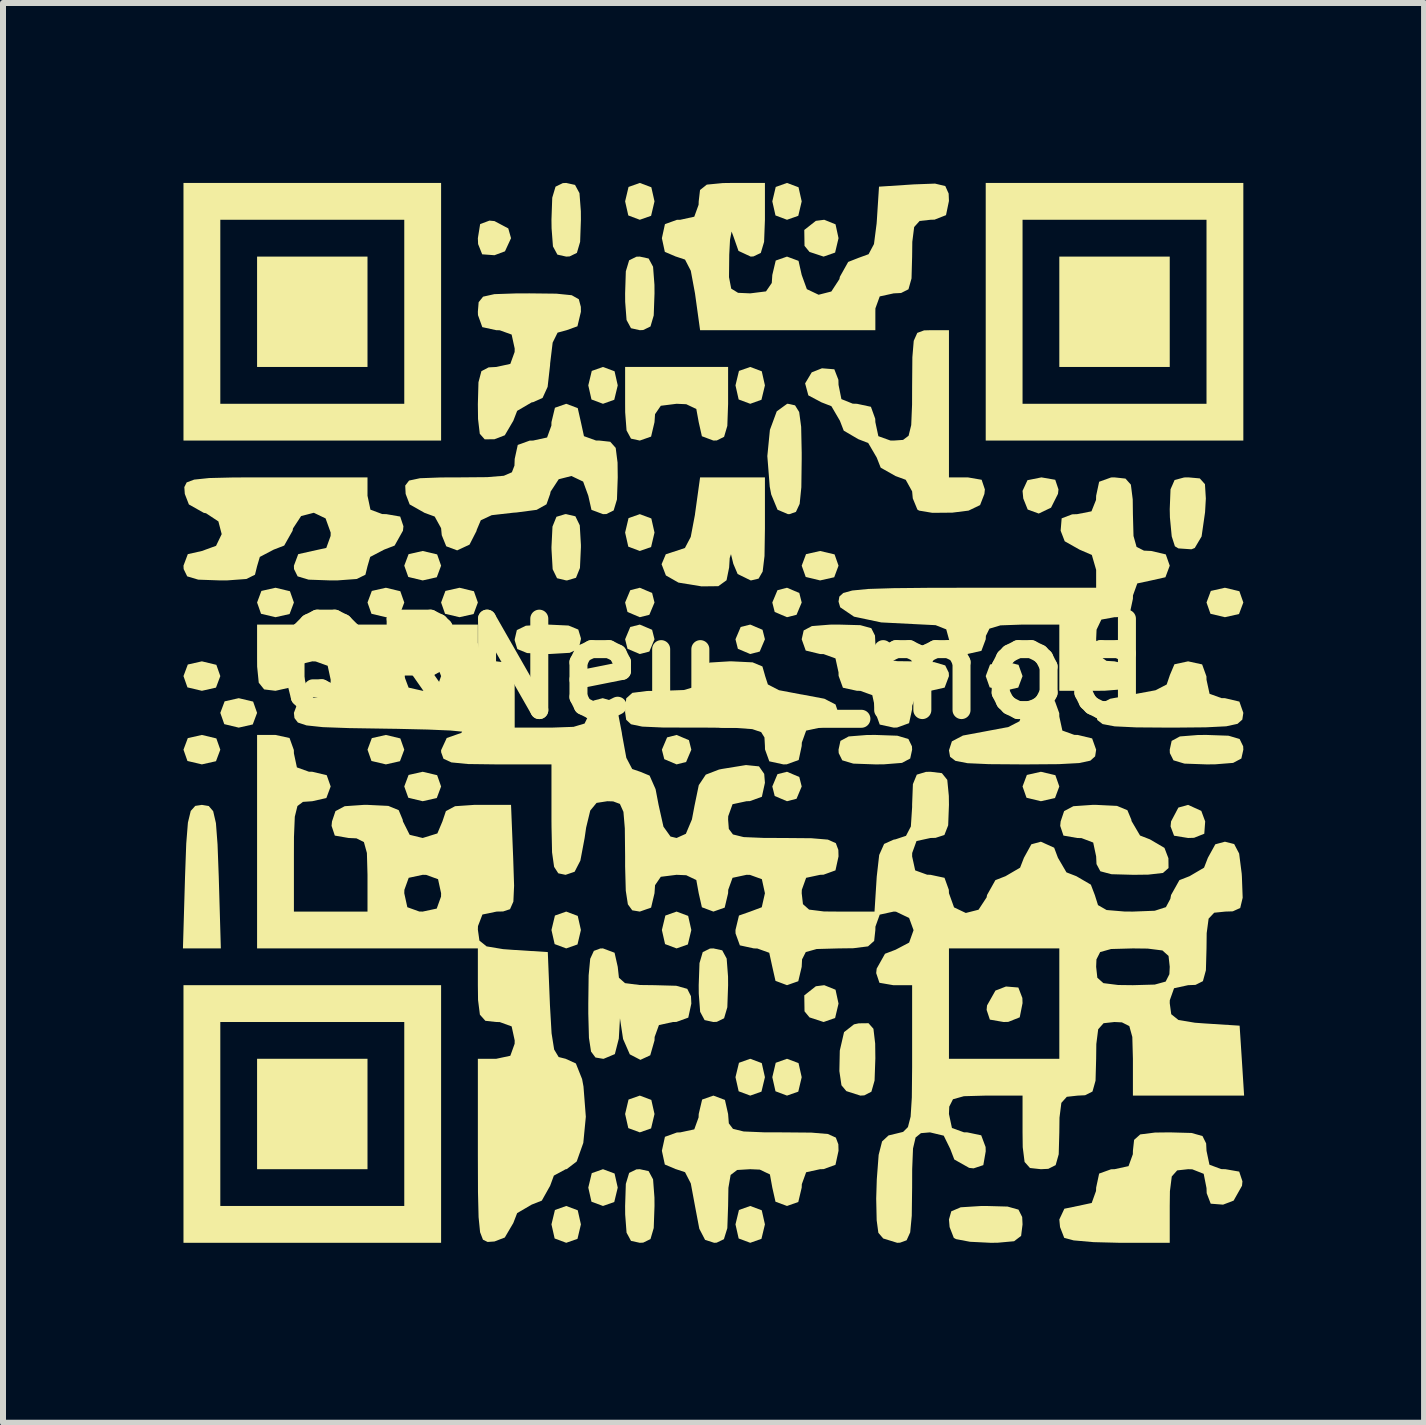
<source format=kicad_pcb>
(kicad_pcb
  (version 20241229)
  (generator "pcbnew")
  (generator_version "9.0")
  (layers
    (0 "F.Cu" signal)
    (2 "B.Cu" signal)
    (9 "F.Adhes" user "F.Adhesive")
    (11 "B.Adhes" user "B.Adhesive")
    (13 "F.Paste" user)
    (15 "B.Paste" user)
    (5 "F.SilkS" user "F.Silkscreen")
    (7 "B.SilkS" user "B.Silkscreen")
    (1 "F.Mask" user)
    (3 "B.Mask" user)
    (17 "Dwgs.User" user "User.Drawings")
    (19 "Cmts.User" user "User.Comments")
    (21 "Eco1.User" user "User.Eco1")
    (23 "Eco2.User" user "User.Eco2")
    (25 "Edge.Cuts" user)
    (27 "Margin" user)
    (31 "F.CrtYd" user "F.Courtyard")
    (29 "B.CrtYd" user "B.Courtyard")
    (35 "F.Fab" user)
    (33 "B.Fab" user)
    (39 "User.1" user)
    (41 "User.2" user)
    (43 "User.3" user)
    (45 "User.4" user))
  (footprint "QRNeu__mod"
    (layer "F.Cu")
    (at 8.844 8.099)
    (property "Reference" "QRNeu__mod" (at 0 0 0) (layer "F.SilkS") (effects (font (size 1.524 1.524) (thickness 0.3))))
    (attr board_only exclude_from_pos_files exclude_from_bom)
    (fp_poly (pts (xy -5.767 -5.031) (xy -7.608 -5.031) (xy -7.608 -6.871) (xy -5.767 -6.871)) (stroke (width 0) (type solid)) (fill yes) (layer "F.SilkS"))
    (fp_poly (pts (xy -5.767 8.344) (xy -7.608 8.344) (xy -7.608 6.503) (xy -5.767 6.503)) (stroke (width 0) (type solid)) (fill yes) (layer "F.SilkS"))
    (fp_poly (pts (xy 7.608 -5.031) (xy 5.767 -5.031) (xy 5.767 -6.871) (xy 7.608 -6.871)) (stroke (width 0) (type solid)) (fill yes) (layer "F.SilkS"))
    (fp_poly (pts (xy -8.287 -0.065) (xy -8.221 0.123) (xy -8.293 0.315) (xy -8.528 0.368) (xy -8.769 0.311) (xy -8.835 0.123) (xy -8.763 -0.07) (xy -8.528 -0.123)) (stroke (width 0) (type solid)) (fill yes) (layer "F.SilkS"))
    (fp_poly (pts (xy -8.287 1.162) (xy -8.221 1.35) (xy -8.293 1.542) (xy -8.528 1.595) (xy -8.769 1.538) (xy -8.835 1.35) (xy -8.763 1.157) (xy -8.528 1.104)) (stroke (width 0) (type solid)) (fill yes) (layer "F.SilkS"))
    (fp_poly (pts (xy -7.674 0.548) (xy -7.608 0.736) (xy -7.68 0.929) (xy -7.914 0.982) (xy -8.155 0.924) (xy -8.221 0.736) (xy -8.149 0.544) (xy -7.914 0.491)) (stroke (width 0) (type solid)) (fill yes) (layer "F.SilkS"))
    (fp_poly (pts (xy -7.06 -1.292) (xy -6.994 -1.104) (xy -7.066 -0.912) (xy -7.301 -0.859) (xy -7.542 -0.916) (xy -7.608 -1.104) (xy -7.536 -1.297) (xy -7.301 -1.35)) (stroke (width 0) (type solid)) (fill yes) (layer "F.SilkS"))
    (fp_poly (pts (xy -5.22 -1.292) (xy -5.154 -1.104) (xy -5.226 -0.912) (xy -5.46 -0.859) (xy -5.701 -0.916) (xy -5.767 -1.104) (xy -5.695 -1.297) (xy -5.46 -1.35)) (stroke (width 0) (type solid)) (fill yes) (layer "F.SilkS"))
    (fp_poly (pts (xy -5.22 1.162) (xy -5.154 1.35) (xy -5.226 1.542) (xy -5.46 1.595) (xy -5.701 1.538) (xy -5.767 1.35) (xy -5.695 1.157) (xy -5.46 1.104)) (stroke (width 0) (type solid)) (fill yes) (layer "F.SilkS"))
    (fp_poly (pts (xy -4.606 -1.906) (xy -4.54 -1.718) (xy -4.612 -1.525) (xy -4.847 -1.472) (xy -5.087 -1.53) (xy -5.154 -1.718) (xy -5.082 -1.91) (xy -4.847 -1.963)) (stroke (width 0) (type solid)) (fill yes) (layer "F.SilkS"))
    (fp_poly (pts (xy -4.606 1.775) (xy -4.54 1.963) (xy -4.612 2.156) (xy -4.847 2.209) (xy -5.087 2.151) (xy -5.154 1.963) (xy -5.082 1.771) (xy -4.847 1.718)) (stroke (width 0) (type solid)) (fill yes) (layer "F.SilkS"))
    (fp_poly (pts (xy -3.993 -1.292) (xy -3.927 -1.104) (xy -3.998 -0.912) (xy -4.233 -0.859) (xy -4.474 -0.916) (xy -4.54 -1.104) (xy -4.468 -1.297) (xy -4.233 -1.35)) (stroke (width 0) (type solid)) (fill yes) (layer "F.SilkS"))
    (fp_poly (pts (xy -2.262 4.121) (xy -2.209 4.356) (xy -2.266 4.597) (xy -2.454 4.663) (xy -2.647 4.591) (xy -2.7 4.356) (xy -2.642 4.115) (xy -2.454 4.049)) (stroke (width 0) (type solid)) (fill yes) (layer "F.SilkS"))
    (fp_poly (pts (xy -2.262 9.029) (xy -2.209 9.264) (xy -2.266 9.505) (xy -2.454 9.571) (xy -2.647 9.499) (xy -2.7 9.264) (xy -2.642 9.024) (xy -2.454 8.957)) (stroke (width 0) (type solid)) (fill yes) (layer "F.SilkS"))
    (fp_poly (pts (xy -1.648 -4.959) (xy -1.595 -4.724) (xy -1.653 -4.484) (xy -1.841 -4.417) (xy -2.033 -4.489) (xy -2.086 -4.724) (xy -2.028 -4.965) (xy -1.841 -5.031)) (stroke (width 0) (type solid)) (fill yes) (layer "F.SilkS"))
    (fp_poly (pts (xy -1.648 8.416) (xy -1.595 8.651) (xy -1.653 8.891) (xy -1.841 8.957) (xy -2.033 8.886) (xy -2.086 8.651) (xy -2.028 8.41) (xy -1.841 8.344)) (stroke (width 0) (type solid)) (fill yes) (layer "F.SilkS"))
    (fp_poly (pts (xy -1.035 -8.027) (xy -0.982 -7.792) (xy -1.039 -7.551) (xy -1.227 -7.485) (xy -1.419 -7.557) (xy -1.472 -7.792) (xy -1.415 -8.032) (xy -1.227 -8.099)) (stroke (width 0) (type solid)) (fill yes) (layer "F.SilkS"))
    (fp_poly (pts (xy -1.035 -2.505) (xy -0.982 -2.27) (xy -1.039 -2.029) (xy -1.227 -1.963) (xy -1.419 -2.035) (xy -1.472 -2.27) (xy -1.415 -2.511) (xy -1.227 -2.577)) (stroke (width 0) (type solid)) (fill yes) (layer "F.SilkS"))
    (fp_poly (pts (xy -1.035 7.189) (xy -0.982 7.424) (xy -1.039 7.664) (xy -1.227 7.73) (xy -1.419 7.659) (xy -1.472 7.424) (xy -1.415 7.183) (xy -1.227 7.117)) (stroke (width 0) (type solid)) (fill yes) (layer "F.SilkS"))
    (fp_poly (pts (xy -1.022 -1.263) (xy -0.982 -1.104) (xy -1.068 -0.899) (xy -1.227 -0.859) (xy -1.432 -0.946) (xy -1.472 -1.104) (xy -1.386 -1.309) (xy -1.227 -1.35)) (stroke (width 0) (type solid)) (fill yes) (layer "F.SilkS"))
    (fp_poly (pts (xy -1.022 -0.649) (xy -0.982 -0.491) (xy -1.068 -0.286) (xy -1.227 -0.245) (xy -1.432 -0.332) (xy -1.472 -0.491) (xy -1.386 -0.696) (xy -1.227 -0.736)) (stroke (width 0) (type solid)) (fill yes) (layer "F.SilkS"))
    (fp_poly (pts (xy -0.421 4.121) (xy -0.368 4.356) (xy -0.426 4.597) (xy -0.614 4.663) (xy -0.806 4.591) (xy -0.859 4.356) (xy -0.801 4.115) (xy -0.614 4.049)) (stroke (width 0) (type solid)) (fill yes) (layer "F.SilkS"))
    (fp_poly (pts (xy -0.408 1.191) (xy -0.368 1.35) (xy -0.455 1.555) (xy -0.614 1.595) (xy -0.819 1.508) (xy -0.859 1.35) (xy -0.772 1.145) (xy -0.614 1.104)) (stroke (width 0) (type solid)) (fill yes) (layer "F.SilkS"))
    (fp_poly (pts (xy 0.806 -4.959) (xy 0.859 -4.724) (xy 0.801 -4.484) (xy 0.614 -4.417) (xy 0.421 -4.489) (xy 0.368 -4.724) (xy 0.426 -4.965) (xy 0.614 -5.031)) (stroke (width 0) (type solid)) (fill yes) (layer "F.SilkS"))
    (fp_poly (pts (xy 0.806 6.575) (xy 0.859 6.81) (xy 0.801 7.051) (xy 0.614 7.117) (xy 0.421 7.045) (xy 0.368 6.81) (xy 0.426 6.57) (xy 0.614 6.503)) (stroke (width 0) (type solid)) (fill yes) (layer "F.SilkS"))
    (fp_poly (pts (xy 0.806 9.029) (xy 0.859 9.264) (xy 0.801 9.505) (xy 0.614 9.571) (xy 0.421 9.499) (xy 0.368 9.264) (xy 0.426 9.024) (xy 0.614 8.957)) (stroke (width 0) (type solid)) (fill yes) (layer "F.SilkS"))
    (fp_poly (pts (xy 0.819 -0.649) (xy 0.859 -0.491) (xy 0.772 -0.286) (xy 0.614 -0.245) (xy 0.408 -0.332) (xy 0.368 -0.491) (xy 0.455 -0.696) (xy 0.614 -0.736)) (stroke (width 0) (type solid)) (fill yes) (layer "F.SilkS"))
    (fp_poly (pts (xy 1.419 -8.027) (xy 1.472 -7.792) (xy 1.415 -7.551) (xy 1.227 -7.485) (xy 1.035 -7.557) (xy 0.982 -7.792) (xy 1.039 -8.032) (xy 1.227 -8.099)) (stroke (width 0) (type solid)) (fill yes) (layer "F.SilkS"))
    (fp_poly (pts (xy 1.419 6.575) (xy 1.472 6.81) (xy 1.415 7.051) (xy 1.227 7.117) (xy 1.035 7.045) (xy 0.982 6.81) (xy 1.039 6.57) (xy 1.227 6.503)) (stroke (width 0) (type solid)) (fill yes) (layer "F.SilkS"))
    (fp_poly (pts (xy 1.432 -1.263) (xy 1.472 -1.104) (xy 1.386 -0.899) (xy 1.227 -0.859) (xy 1.022 -0.946) (xy 0.982 -1.104) (xy 1.068 -1.309) (xy 1.227 -1.35)) (stroke (width 0) (type solid)) (fill yes) (layer "F.SilkS"))
    (fp_poly (pts (xy 1.432 1.805) (xy 1.472 1.963) (xy 1.386 2.168) (xy 1.227 2.209) (xy 1.022 2.122) (xy 0.982 1.963) (xy 1.068 1.758) (xy 1.227 1.718)) (stroke (width 0) (type solid)) (fill yes) (layer "F.SilkS"))
    (fp_poly (pts (xy 2.02 -1.906) (xy 2.086 -1.718) (xy 2.014 -1.525) (xy 1.779 -1.472) (xy 1.539 -1.53) (xy 1.472 -1.718) (xy 1.544 -1.91) (xy 1.779 -1.963)) (stroke (width 0) (type solid)) (fill yes) (layer "F.SilkS"))
    (fp_poly (pts (xy 5.087 -0.065) (xy 5.154 0.123) (xy 5.082 0.315) (xy 4.847 0.368) (xy 4.606 0.311) (xy 4.54 0.123) (xy 4.612 -0.07) (xy 4.847 -0.123)) (stroke (width 0) (type solid)) (fill yes) (layer "F.SilkS"))
    (fp_poly (pts (xy 5.701 1.775) (xy 5.767 1.963) (xy 5.695 2.156) (xy 5.46 2.209) (xy 5.22 2.151) (xy 5.154 1.963) (xy 5.226 1.771) (xy 5.46 1.718)) (stroke (width 0) (type solid)) (fill yes) (layer "F.SilkS"))
    (fp_poly (pts (xy 8.769 -1.292) (xy 8.835 -1.104) (xy 8.763 -0.912) (xy 8.528 -0.859) (xy 8.287 -0.916) (xy 8.221 -1.104) (xy 8.293 -1.297) (xy 8.528 -1.35)) (stroke (width 0) (type solid)) (fill yes) (layer "F.SilkS"))
    (fp_poly (pts (xy 2.036 -7.409) (xy 2.086 -7.178) (xy 2.029 -6.938) (xy 1.837 -6.871) (xy 1.602 -6.949) (xy 1.519 -7.05) (xy 1.515 -7.315) (xy 1.708 -7.467) (xy 1.848 -7.485)) (stroke (width 0) (type solid)) (fill yes) (layer "F.SilkS"))
    (fp_poly (pts (xy 2.036 5.352) (xy 2.086 5.583) (xy 2.029 5.823) (xy 1.837 5.89) (xy 1.602 5.813) (xy 1.519 5.712) (xy 1.515 5.446) (xy 1.708 5.294) (xy 1.848 5.276)) (stroke (width 0) (type solid)) (fill yes) (layer "F.SilkS"))
    (fp_poly (pts (xy -3.65 -7.463) (xy -3.42 -7.341) (xy -3.374 -7.178) (xy -3.475 -6.959) (xy -3.65 -6.894) (xy -3.855 -6.909) (xy -3.923 -7.08) (xy -3.927 -7.178) (xy -3.889 -7.413) (xy -3.734 -7.471)) (stroke (width 0) (type solid)) (fill yes) (layer "F.SilkS"))
    (fp_poly (pts (xy 5.699 -3.15) (xy 5.753 -2.989) (xy 5.745 -2.916) (xy 5.629 -2.685) (xy 5.424 -2.587) (xy 5.24 -2.654) (xy 5.166 -2.839) (xy 5.154 -2.965) (xy 5.236 -3.143) (xy 5.469 -3.19)) (stroke (width 0) (type solid)) (fill yes) (layer "F.SilkS"))
    (fp_poly (pts (xy 8.134 2.37) (xy 8.199 2.546) (xy 8.184 2.751) (xy 8.013 2.819) (xy 7.914 2.822) (xy 7.68 2.784) (xy 7.622 2.63) (xy 7.63 2.546) (xy 7.752 2.315) (xy 7.914 2.27)) (stroke (width 0) (type solid)) (fill yes) (layer "F.SilkS"))
    (fp_poly (pts (xy -4.54 -3.804) (xy -8.835 -3.804) (xy -8.835 -4.417) (xy -8.221 -4.417) (xy -5.154 -4.417) (xy -5.154 -7.485) (xy -8.221 -7.485) (xy -8.221 -4.417) (xy -8.835 -4.417) (xy -8.835 -8.099) (xy -4.54 -8.099)) (stroke (width 0) (type solid)) (fill yes) (layer "F.SilkS"))
    (fp_poly (pts (xy -4.54 9.571) (xy -8.835 9.571) (xy -8.835 8.957) (xy -8.221 8.957) (xy -5.154 8.957) (xy -5.154 5.89) (xy -8.221 5.89) (xy -8.221 8.957) (xy -8.835 8.957) (xy -8.835 5.276) (xy -4.54 5.276)) (stroke (width 0) (type solid)) (fill yes) (layer "F.SilkS"))
    (fp_poly (pts (xy 5.084 5.315) (xy 5.151 5.49) (xy 5.154 5.575) (xy 5.107 5.812) (xy 4.916 5.888) (xy 4.838 5.89) (xy 4.609 5.85) (xy 4.555 5.688) (xy 4.562 5.614) (xy 4.702 5.366) (xy 4.878 5.298)) (stroke (width 0) (type solid)) (fill yes) (layer "F.SilkS"))
    (fp_poly (pts (xy 8.835 -3.804) (xy 4.54 -3.804) (xy 4.54 -4.417) (xy 5.154 -4.417) (xy 8.221 -4.417) (xy 8.221 -7.485) (xy 5.154 -7.485) (xy 5.154 -4.417) (xy 4.54 -4.417) (xy 4.54 -8.099) (xy 8.835 -8.099)) (stroke (width 0) (type solid)) (fill yes) (layer "F.SilkS"))
    (fp_poly (pts (xy -8.414 2.289) (xy -8.34 2.375) (xy -8.294 2.574) (xy -8.267 2.93) (xy -8.247 3.466) (xy -8.212 4.663) (xy -8.844 4.663) (xy -8.809 3.466) (xy -8.789 2.916) (xy -8.761 2.565) (xy -8.714 2.371) (xy -8.639 2.287) (xy -8.528 2.27)) (stroke (width 0) (type solid)) (fill yes) (layer "F.SilkS"))
    (fp_poly (pts (xy -2.416 -0.72) (xy -2.253 -0.653) (xy -2.209 -0.508) (xy -2.209 -0.491) (xy -2.245 -0.337) (xy -2.395 -0.265) (xy -2.721 -0.246) (xy -2.761 -0.245) (xy -3.106 -0.261) (xy -3.269 -0.328) (xy -3.313 -0.473) (xy -3.313 -0.491) (xy -3.277 -0.644) (xy -3.127 -0.717) (xy -2.801 -0.736) (xy -2.761 -0.736)) (stroke (width 0) (type solid)) (fill yes) (layer "F.SilkS"))
    (fp_poly (pts (xy -2.307 -8.066) (xy -2.233 -7.929) (xy -2.21 -7.627) (xy -2.209 -7.485) (xy -2.222 -7.117) (xy -2.276 -6.933) (xy -2.397 -6.874) (xy -2.454 -6.871) (xy -2.601 -6.904) (xy -2.675 -7.041) (xy -2.698 -7.343) (xy -2.7 -7.485) (xy -2.687 -7.853) (xy -2.632 -8.037) (xy -2.511 -8.096) (xy -2.454 -8.099)) (stroke (width 0) (type solid)) (fill yes) (layer "F.SilkS"))
    (fp_poly (pts (xy -2.301 -2.541) (xy -2.228 -2.391) (xy -2.209 -2.064) (xy -2.209 -2.025) (xy -2.225 -1.68) (xy -2.291 -1.516) (xy -2.436 -1.473) (xy -2.454 -1.472) (xy -2.607 -1.509) (xy -2.68 -1.659) (xy -2.699 -1.985) (xy -2.7 -2.025) (xy -2.683 -2.37) (xy -2.617 -2.533) (xy -2.472 -2.577) (xy -2.454 -2.577)) (stroke (width 0) (type solid)) (fill yes) (layer "F.SilkS"))
    (fp_poly (pts (xy -1.08 -6.839) (xy -1.006 -6.702) (xy -0.983 -6.4) (xy -0.982 -6.258) (xy -0.995 -5.89) (xy -1.049 -5.706) (xy -1.17 -5.647) (xy -1.227 -5.644) (xy -1.374 -5.677) (xy -1.448 -5.814) (xy -1.471 -6.116) (xy -1.472 -6.258) (xy -1.46 -6.626) (xy -1.405 -6.809) (xy -1.284 -6.869) (xy -1.227 -6.871)) (stroke (width 0) (type solid)) (fill yes) (layer "F.SilkS"))
    (fp_poly (pts (xy -1.08 8.376) (xy -1.006 8.513) (xy -0.983 8.816) (xy -0.982 8.957) (xy -0.995 9.325) (xy -1.049 9.509) (xy -1.17 9.568) (xy -1.227 9.571) (xy -1.374 9.539) (xy -1.448 9.402) (xy -1.471 9.099) (xy -1.472 8.957) (xy -1.46 8.589) (xy -1.405 8.406) (xy -1.284 8.347) (xy -1.227 8.344)) (stroke (width 0) (type solid)) (fill yes) (layer "F.SilkS"))
    (fp_poly (pts (xy 0.147 4.695) (xy 0.221 4.832) (xy 0.244 5.134) (xy 0.245 5.276) (xy 0.232 5.644) (xy 0.178 5.828) (xy 0.057 5.887) (xy 0 5.89) (xy -0.147 5.858) (xy -0.221 5.72) (xy -0.244 5.418) (xy -0.245 5.276) (xy -0.232 4.908) (xy -0.178 4.725) (xy -0.057 4.665) (xy 0 4.663)) (stroke (width 0) (type solid)) (fill yes) (layer "F.SilkS"))
    (fp_poly (pts (xy 2.668 6.003) (xy 2.697 6.249) (xy 2.7 6.495) (xy 2.687 6.866) (xy 2.634 7.052) (xy 2.516 7.113) (xy 2.45 7.117) (xy 2.216 7.042) (xy 2.135 6.945) (xy 2.1 6.708) (xy 2.107 6.373) (xy 2.108 6.362) (xy 2.178 6.059) (xy 2.344 5.929) (xy 2.423 5.912) (xy 2.586 5.91)) (stroke (width 0) (type solid)) (fill yes) (layer "F.SilkS"))
    (fp_poly (pts (xy 3.068 1.117) (xy 3.251 1.172) (xy 3.31 1.293) (xy 3.313 1.35) (xy 3.281 1.497) (xy 3.144 1.57) (xy 2.841 1.594) (xy 2.7 1.595) (xy 2.332 1.582) (xy 2.148 1.527) (xy 2.089 1.407) (xy 2.086 1.35) (xy 2.118 1.203) (xy 2.255 1.129) (xy 2.558 1.105) (xy 2.7 1.104)) (stroke (width 0) (type solid)) (fill yes) (layer "F.SilkS"))
    (fp_poly (pts (xy 8.109 -3.173) (xy 8.195 -3.077) (xy 8.21 -2.838) (xy 8.197 -2.609) (xy 8.139 -2.205) (xy 8.025 -2.013) (xy 7.97 -1.991) (xy 7.752 -2.006) (xy 7.694 -2.041) (xy 7.641 -2.207) (xy 7.611 -2.522) (xy 7.608 -2.659) (xy 7.621 -2.991) (xy 7.689 -3.146) (xy 7.849 -3.189) (xy 7.921 -3.19)) (stroke (width 0) (type solid)) (fill yes) (layer "F.SilkS"))
    (fp_poly (pts (xy 8.589 1.117) (xy 8.773 1.172) (xy 8.832 1.293) (xy 8.835 1.35) (xy 8.802 1.497) (xy 8.665 1.57) (xy 8.363 1.594) (xy 8.221 1.595) (xy 7.853 1.582) (xy 7.67 1.527) (xy 7.61 1.407) (xy 7.608 1.35) (xy 7.64 1.203) (xy 7.777 1.129) (xy 8.079 1.105) (xy 8.221 1.104)) (stroke (width 0) (type solid)) (fill yes) (layer "F.SilkS"))
    (fp_poly (pts (xy 4.904 8.967) (xy 5.086 9.018) (xy 5.148 9.141) (xy 5.154 9.264) (xy 5.13 9.456) (xy 5.013 9.545) (xy 4.737 9.57) (xy 4.622 9.571) (xy 4.278 9.554) (xy 4.046 9.51) (xy 4.008 9.489) (xy 3.938 9.309) (xy 3.927 9.182) (xy 3.966 9.046) (xy 4.123 8.979) (xy 4.456 8.958) (xy 4.54 8.957)) (stroke (width 0) (type solid)) (fill yes) (layer "F.SilkS"))
    (fp_poly (pts (xy 1.361 -4.391) (xy 1.43 -4.28) (xy 1.463 -4.033) (xy 1.472 -3.6) (xy 1.472 -3.497) (xy 1.466 -3.025) (xy 1.438 -2.748) (xy 1.376 -2.615) (xy 1.268 -2.577) (xy 1.243 -2.577) (xy 1.069 -2.651) (xy 0.964 -2.905) (xy 0.939 -3.035) (xy 0.899 -3.545) (xy 0.942 -3.982) (xy 1.056 -4.291) (xy 1.229 -4.417) (xy 1.243 -4.417)) (stroke (width 0) (type solid)) (fill yes) (layer "F.SilkS"))
    (fp_poly (pts (xy 0.245 -4.417) (xy 0.232 -4.049) (xy 0.178 -3.866) (xy 0.057 -3.806) (xy 0 -3.804) (xy -0.192 -3.876) (xy -0.245 -4.111) (xy -0.285 -4.33) (xy -0.453 -4.41) (xy -0.614 -4.417) (xy -0.877 -4.384) (xy -0.973 -4.244) (xy -0.982 -4.111) (xy -1.039 -3.87) (xy -1.227 -3.804) (xy -1.374 -3.836) (xy -1.448 -3.973) (xy -1.471 -4.275) (xy -1.472 -4.417) (xy -1.472 -5.031) (xy 0.245 -5.031)) (stroke (width 0) (type solid)) (fill yes) (layer "F.SilkS"))
    (fp_poly (pts (xy 0.859 -2.331) (xy 0.852 -1.879) (xy 0.821 -1.62) (xy 0.753 -1.502) (xy 0.632 -1.473) (xy 0.622 -1.472) (xy 0.404 -1.579) (xy 0.332 -1.749) (xy 0.293 -1.91) (xy 0.272 -1.846) (xy 0.262 -1.687) (xy 0.219 -1.475) (xy 0.082 -1.376) (xy -0.197 -1.373) (xy -0.583 -1.436) (xy -0.792 -1.555) (xy -0.864 -1.742) (xy -0.794 -1.908) (xy -0.625 -1.963) (xy -0.475 -2.013) (xy -0.378 -2.197) (xy -0.307 -2.571) (xy -0.307 -2.577) (xy -0.222 -3.19) (xy 0.859 -3.19)) (stroke (width 0) (type solid)) (fill yes) (layer "F.SilkS"))
    (fp_poly (pts (xy 6.729 2.287) (xy 6.902 2.359) (xy 6.968 2.517) (xy 6.971 2.539) (xy 7.113 2.781) (xy 7.278 2.845) (xy 7.52 2.987) (xy 7.586 3.16) (xy 7.588 3.323) (xy 7.495 3.405) (xy 7.249 3.433) (xy 7.003 3.436) (xy 6.635 3.426) (xy 6.451 3.377) (xy 6.387 3.257) (xy 6.381 3.129) (xy 6.332 2.898) (xy 6.137 2.824) (xy 6.065 2.822) (xy 5.836 2.782) (xy 5.782 2.62) (xy 5.789 2.546) (xy 5.847 2.374) (xy 6.001 2.292) (xy 6.32 2.27) (xy 6.381 2.27)) (stroke (width 0) (type solid)) (fill yes) (layer "F.SilkS"))
    (fp_poly (pts (xy 5.694 0.542) (xy 5.766 0.741) (xy 5.767 0.798) (xy 5.818 1.031) (xy 6.017 1.103) (xy 6.074 1.104) (xy 6.314 1.162) (xy 6.381 1.35) (xy 6.364 1.461) (xy 6.284 1.533) (xy 6.096 1.573) (xy 5.756 1.591) (xy 5.219 1.595) (xy 5.154 1.595) (xy 4.594 1.591) (xy 4.236 1.575) (xy 4.035 1.536) (xy 3.946 1.468) (xy 3.927 1.362) (xy 3.927 1.361) (xy 3.976 1.211) (xy 4.16 1.114) (xy 4.535 1.044) (xy 4.54 1.043) (xy 4.917 0.972) (xy 5.103 0.876) (xy 5.154 0.727) (xy 5.154 0.725) (xy 5.232 0.54) (xy 5.46 0.491)) (stroke (width 0) (type solid)) (fill yes) (layer "F.SilkS"))
    (fp_poly (pts (xy 8.148 -0.072) (xy 8.22 0.128) (xy 8.221 0.184) (xy 8.272 0.418) (xy 8.471 0.49) (xy 8.528 0.491) (xy 8.769 0.548) (xy 8.835 0.736) (xy 8.818 0.848) (xy 8.738 0.919) (xy 8.55 0.96) (xy 8.21 0.977) (xy 7.673 0.982) (xy 7.608 0.982) (xy 7.048 0.978) (xy 6.69 0.961) (xy 6.489 0.923) (xy 6.4 0.855) (xy 6.381 0.748) (xy 6.381 0.748) (xy 6.43 0.597) (xy 6.614 0.501) (xy 6.989 0.43) (xy 6.994 0.429) (xy 7.371 0.359) (xy 7.557 0.263) (xy 7.608 0.113) (xy 7.608 0.111) (xy 7.686 -0.074) (xy 7.914 -0.123)) (stroke (width 0) (type solid)) (fill yes) (layer "F.SilkS"))
    (fp_poly (pts (xy -1.648 4.735) (xy -1.595 4.97) (xy -1.575 5.152) (xy -1.474 5.242) (xy -1.228 5.273) (xy -0.982 5.276) (xy -0.618 5.286) (xy -0.436 5.337) (xy -0.374 5.46) (xy -0.368 5.583) (xy -0.419 5.817) (xy -0.618 5.889) (xy -0.675 5.89) (xy -0.908 5.941) (xy -0.98 6.14) (xy -0.982 6.197) (xy -1.053 6.445) (xy -1.217 6.521) (xy -1.394 6.429) (xy -1.506 6.173) (xy -1.507 6.166) (xy -1.558 5.829) (xy -1.577 6.166) (xy -1.643 6.425) (xy -1.829 6.503) (xy -1.841 6.503) (xy -1.966 6.482) (xy -2.04 6.383) (xy -2.075 6.155) (xy -2.086 5.749) (xy -2.086 5.583) (xy -2.08 5.113) (xy -2.054 4.836) (xy -1.993 4.704) (xy -1.885 4.664) (xy -1.841 4.663)) (stroke (width 0) (type solid)) (fill yes) (layer "F.SilkS"))
    (fp_poly (pts (xy 2.45 -0.726) (xy 2.632 -0.676) (xy 2.694 -0.553) (xy 2.7 -0.429) (xy 2.719 -0.247) (xy 2.821 -0.157) (xy 3.067 -0.126) (xy 3.313 -0.123) (xy 3.681 -0.11) (xy 3.865 -0.055) (xy 3.924 0.066) (xy 3.927 0.123) (xy 3.855 0.315) (xy 3.62 0.368) (xy 3.386 0.419) (xy 3.314 0.618) (xy 3.313 0.675) (xy 3.262 0.908) (xy 3.063 0.98) (xy 3.006 0.982) (xy 2.773 0.931) (xy 2.701 0.731) (xy 2.7 0.675) (xy 2.649 0.441) (xy 2.449 0.369) (xy 2.393 0.368) (xy 2.159 0.317) (xy 2.087 0.118) (xy 2.086 0.061) (xy 2.035 -0.172) (xy 1.836 -0.244) (xy 1.779 -0.245) (xy 1.539 -0.303) (xy 1.472 -0.491) (xy 1.505 -0.638) (xy 1.642 -0.711) (xy 1.944 -0.735) (xy 2.086 -0.736)) (stroke (width 0) (type solid)) (fill yes) (layer "F.SilkS"))
    (fp_poly (pts (xy -2.619 -6.253) (xy -2.362 -6.227) (xy -2.244 -6.16) (xy -2.21 -6.033) (xy -2.209 -5.951) (xy -2.267 -5.709) (xy -2.447 -5.644) (xy -2.598 -5.603) (xy -2.68 -5.437) (xy -2.722 -5.09) (xy -2.723 -5.062) (xy -2.764 -4.699) (xy -2.848 -4.515) (xy -3.006 -4.444) (xy -3.029 -4.441) (xy -3.272 -4.299) (xy -3.336 -4.134) (xy -3.478 -3.892) (xy -3.65 -3.826) (xy -3.813 -3.824) (xy -3.895 -3.917) (xy -3.924 -4.163) (xy -3.927 -4.409) (xy -3.917 -4.776) (xy -3.868 -4.961) (xy -3.748 -5.024) (xy -3.62 -5.031) (xy -3.386 -5.082) (xy -3.314 -5.281) (xy -3.313 -5.338) (xy -3.364 -5.571) (xy -3.563 -5.643) (xy -3.62 -5.644) (xy -3.853 -5.695) (xy -3.925 -5.895) (xy -3.927 -5.951) (xy -3.914 -6.111) (xy -3.84 -6.203) (xy -3.652 -6.245) (xy -3.297 -6.257) (xy -3.068 -6.258)) (stroke (width 0) (type solid)) (fill yes) (layer "F.SilkS"))
    (fp_poly (pts (xy 7.972 7.74) (xy 8.154 7.791) (xy 8.215 7.914) (xy 8.221 8.037) (xy 8.27 8.269) (xy 8.465 8.342) (xy 8.537 8.344) (xy 8.766 8.384) (xy 8.82 8.546) (xy 8.813 8.62) (xy 8.673 8.868) (xy 8.497 8.935) (xy 8.291 8.919) (xy 8.224 8.744) (xy 8.221 8.659) (xy 8.174 8.421) (xy 7.984 8.346) (xy 7.914 8.344) (xy 7.732 8.364) (xy 7.642 8.465) (xy 7.611 8.711) (xy 7.608 8.957) (xy 7.608 9.571) (xy 6.769 9.571) (xy 6.336 9.56) (xy 6.006 9.531) (xy 5.849 9.489) (xy 5.849 9.489) (xy 5.779 9.309) (xy 5.767 9.182) (xy 5.851 9.003) (xy 6.074 8.957) (xy 6.307 8.907) (xy 6.379 8.707) (xy 6.381 8.651) (xy 6.431 8.417) (xy 6.631 8.345) (xy 6.687 8.344) (xy 6.921 8.293) (xy 6.993 8.094) (xy 6.994 8.037) (xy 7.014 7.855) (xy 7.116 7.764) (xy 7.362 7.733) (xy 7.608 7.73)) (stroke (width 0) (type solid)) (fill yes) (layer "F.SilkS"))
    (fp_poly (pts (xy 0.654 -0.106) (xy 0.817 -0.038) (xy 0.859 0.108) (xy 0.859 0.111) (xy 0.908 0.262) (xy 1.093 0.358) (xy 1.467 0.429) (xy 1.472 0.429) (xy 1.849 0.5) (xy 2.036 0.596) (xy 2.086 0.746) (xy 2.086 0.748) (xy 2.008 0.933) (xy 1.779 0.982) (xy 1.546 1.032) (xy 1.474 1.232) (xy 1.472 1.288) (xy 1.422 1.522) (xy 1.222 1.594) (xy 1.166 1.595) (xy 0.932 1.544) (xy 0.86 1.345) (xy 0.859 1.288) (xy 0.851 1.146) (xy 0.796 1.057) (xy 0.648 1.007) (xy 0.362 0.986) (xy -0.11 0.982) (xy -0.307 0.982) (xy -0.847 0.98) (xy -1.187 0.965) (xy -1.374 0.926) (xy -1.454 0.851) (xy -1.472 0.727) (xy -1.472 0.675) (xy -1.453 0.493) (xy -1.351 0.402) (xy -1.105 0.371) (xy -0.859 0.368) (xy -0.491 0.355) (xy -0.307 0.3) (xy -0.248 0.179) (xy -0.245 0.123) (xy -0.209 -0.031) (xy -0.059 -0.103) (xy 0.267 -0.123) (xy 0.307 -0.123)) (stroke (width 0) (type solid)) (fill yes) (layer "F.SilkS"))
    (fp_poly (pts (xy 3.927 -3.19) (xy 4.242 -3.19) (xy 4.472 -3.15) (xy 4.526 -2.989) (xy 4.518 -2.914) (xy 4.446 -2.728) (xy 4.254 -2.636) (xy 3.983 -2.602) (xy 3.65 -2.599) (xy 3.429 -2.636) (xy 3.401 -2.653) (xy 3.324 -2.84) (xy 3.313 -2.957) (xy 3.206 -3.15) (xy 3.037 -3.212) (xy 2.789 -3.352) (xy 2.723 -3.52) (xy 2.581 -3.763) (xy 2.416 -3.827) (xy 2.173 -3.969) (xy 2.109 -4.134) (xy 1.967 -4.377) (xy 1.802 -4.441) (xy 1.583 -4.557) (xy 1.529 -4.757) (xy 1.639 -4.941) (xy 1.81 -5.009) (xy 2.016 -4.992) (xy 2.084 -4.817) (xy 2.086 -4.733) (xy 2.134 -4.495) (xy 2.323 -4.419) (xy 2.393 -4.417) (xy 2.626 -4.367) (xy 2.698 -4.167) (xy 2.7 -4.111) (xy 2.75 -3.877) (xy 2.95 -3.805) (xy 3.006 -3.804) (xy 3.162 -3.815) (xy 3.254 -3.884) (xy 3.298 -4.062) (xy 3.312 -4.401) (xy 3.313 -4.724) (xy 3.317 -5.192) (xy 3.34 -5.467) (xy 3.399 -5.599) (xy 3.512 -5.641) (xy 3.62 -5.644) (xy 3.927 -5.644)) (stroke (width 0) (type solid)) (fill yes) (layer "F.SilkS"))
    (fp_poly (pts (xy 0.192 7.189) (xy 0.245 7.424) (xy 0.257 7.58) (xy 0.326 7.671) (xy 0.504 7.715) (xy 0.842 7.729) (xy 1.166 7.73) (xy 1.634 7.734) (xy 1.908 7.757) (xy 2.041 7.817) (xy 2.083 7.929) (xy 2.086 8.037) (xy 2.035 8.271) (xy 1.836 8.343) (xy 1.779 8.344) (xy 1.546 8.395) (xy 1.474 8.594) (xy 1.472 8.651) (xy 1.415 8.891) (xy 1.227 8.957) (xy 1.035 8.886) (xy 0.982 8.651) (xy 0.942 8.431) (xy 0.774 8.351) (xy 0.614 8.344) (xy 0.396 8.357) (xy 0.287 8.44) (xy 0.25 8.655) (xy 0.245 8.957) (xy 0.232 9.327) (xy 0.175 9.511) (xy 0.054 9.569) (xy 0.012 9.571) (xy -0.139 9.522) (xy -0.235 9.337) (xy -0.306 8.963) (xy -0.307 8.957) (xy -0.377 8.581) (xy -0.473 8.394) (xy -0.623 8.344) (xy -0.625 8.344) (xy -0.81 8.266) (xy -0.859 8.037) (xy -0.808 7.804) (xy -0.609 7.732) (xy -0.552 7.73) (xy -0.319 7.68) (xy -0.247 7.48) (xy -0.245 7.424) (xy -0.188 7.183) (xy 0 7.117)) (stroke (width 0) (type solid)) (fill yes) (layer "F.SilkS"))
    (fp_poly (pts (xy -2.262 -4.345) (xy -2.209 -4.111) (xy -2.158 -3.877) (xy -1.958 -3.805) (xy -1.902 -3.804) (xy -1.72 -3.784) (xy -1.629 -3.682) (xy -1.598 -3.437) (xy -1.595 -3.19) (xy -1.608 -2.822) (xy -1.663 -2.639) (xy -1.784 -2.579) (xy -1.841 -2.577) (xy -2.033 -2.649) (xy -2.086 -2.884) (xy -2.172 -3.12) (xy -2.367 -3.213) (xy -2.579 -3.159) (xy -2.714 -2.953) (xy -2.722 -2.914) (xy -2.783 -2.741) (xy -2.947 -2.649) (xy -3.281 -2.605) (xy -3.336 -2.601) (xy -3.696 -2.56) (xy -3.878 -2.475) (xy -3.947 -2.312) (xy -3.95 -2.296) (xy -4.066 -2.069) (xy -4.272 -1.973) (xy -4.454 -2.041) (xy -4.529 -2.226) (xy -4.54 -2.343) (xy -4.647 -2.537) (xy -4.816 -2.599) (xy -5.064 -2.739) (xy -5.131 -2.914) (xy -5.138 -3.054) (xy -5.074 -3.137) (xy -4.892 -3.176) (xy -4.542 -3.189) (xy -4.242 -3.19) (xy -3.771 -3.194) (xy -3.494 -3.217) (xy -3.36 -3.275) (xy -3.317 -3.386) (xy -3.313 -3.497) (xy -3.262 -3.731) (xy -3.063 -3.803) (xy -3.006 -3.804) (xy -2.773 -3.855) (xy -2.701 -4.054) (xy -2.7 -4.111) (xy -2.642 -4.351) (xy -2.454 -4.417)) (stroke (width 0) (type solid)) (fill yes) (layer "F.SilkS"))
    (fp_poly (pts (xy -5.767 -2.884) (xy -5.718 -2.652) (xy -5.523 -2.579) (xy -5.452 -2.577) (xy -5.222 -2.537) (xy -5.168 -2.375) (xy -5.176 -2.301) (xy -5.315 -2.053) (xy -5.491 -1.985) (xy -5.722 -1.864) (xy -5.767 -1.709) (xy -5.802 -1.567) (xy -5.947 -1.496) (xy -6.261 -1.473) (xy -6.381 -1.472) (xy -6.749 -1.485) (xy -6.932 -1.54) (xy -6.992 -1.661) (xy -6.994 -1.718) (xy -6.922 -1.91) (xy -6.687 -1.963) (xy -6.454 -2.014) (xy -6.382 -2.214) (xy -6.381 -2.27) (xy -6.466 -2.506) (xy -6.662 -2.6) (xy -6.874 -2.545) (xy -7.009 -2.339) (xy -7.016 -2.301) (xy -7.156 -2.053) (xy -7.332 -1.985) (xy -7.562 -1.864) (xy -7.608 -1.709) (xy -7.643 -1.567) (xy -7.787 -1.496) (xy -8.101 -1.473) (xy -8.221 -1.472) (xy -8.589 -1.485) (xy -8.773 -1.54) (xy -8.832 -1.661) (xy -8.835 -1.718) (xy -8.763 -1.91) (xy -8.528 -1.963) (xy -8.292 -2.049) (xy -8.198 -2.244) (xy -8.253 -2.456) (xy -8.459 -2.592) (xy -8.497 -2.599) (xy -8.745 -2.739) (xy -8.813 -2.914) (xy -8.821 -3.028) (xy -8.782 -3.106) (xy -8.657 -3.153) (xy -8.407 -3.179) (xy -7.993 -3.189) (xy -7.376 -3.19) (xy -7.31 -3.19) (xy -5.767 -3.19)) (stroke (width 0) (type solid)) (fill yes) (layer "F.SilkS"))
    (fp_poly (pts (xy 6.87 -3.17) (xy 6.96 -3.069) (xy 6.991 -2.823) (xy 6.994 -2.577) (xy 7.004 -2.213) (xy 7.055 -2.031) (xy 7.178 -1.969) (xy 7.301 -1.963) (xy 7.542 -1.906) (xy 7.608 -1.718) (xy 7.536 -1.525) (xy 7.301 -1.472) (xy 7.067 -1.422) (xy 6.995 -1.222) (xy 6.994 -1.166) (xy 6.944 -0.932) (xy 6.744 -0.86) (xy 6.687 -0.859) (xy 6.468 -0.819) (xy 6.388 -0.651) (xy 6.381 -0.491) (xy 6.414 -0.228) (xy 6.554 -0.131) (xy 6.687 -0.123) (xy 6.928 -0.065) (xy 6.994 0.123) (xy 6.962 0.27) (xy 6.825 0.343) (xy 6.523 0.367) (xy 6.381 0.368) (xy 5.767 0.368) (xy 5.767 -0.736) (xy 5.154 -0.736) (xy 4.786 -0.723) (xy 4.602 -0.668) (xy 4.543 -0.548) (xy 4.54 -0.491) (xy 4.468 -0.298) (xy 4.233 -0.245) (xy 3.993 -0.303) (xy 3.927 -0.491) (xy 3.882 -0.656) (xy 3.705 -0.726) (xy 3.466 -0.738) (xy 2.798 -0.772) (xy 2.344 -0.868) (xy 2.114 -1.024) (xy 2.086 -1.12) (xy 2.1 -1.203) (xy 2.165 -1.263) (xy 2.315 -1.304) (xy 2.582 -1.33) (xy 3.001 -1.343) (xy 3.606 -1.349) (xy 4.233 -1.35) (xy 6.381 -1.35) (xy 6.381 -1.648) (xy 6.309 -1.897) (xy 6.105 -1.985) (xy 5.857 -2.125) (xy 5.789 -2.301) (xy 5.806 -2.507) (xy 5.981 -2.574) (xy 6.065 -2.577) (xy 6.303 -2.624) (xy 6.379 -2.814) (xy 6.381 -2.884) (xy 6.431 -3.117) (xy 6.631 -3.189) (xy 6.687 -3.19)) (stroke (width 0) (type solid)) (fill yes) (layer "F.SilkS"))
    (fp_poly (pts (xy 0.859 -7.485) (xy 0.845 -7.116) (xy 0.79 -6.932) (xy 0.668 -6.874) (xy 0.622 -6.871) (xy 0.418 -6.966) (xy 0.333 -7.209) (xy 0.303 -7.289) (xy 0.277 -7.153) (xy 0.264 -6.902) (xy 0.26 -6.528) (xy 0.297 -6.337) (xy 0.411 -6.267) (xy 0.614 -6.258) (xy 0.877 -6.291) (xy 0.973 -6.431) (xy 0.982 -6.565) (xy 1.039 -6.805) (xy 1.227 -6.871) (xy 1.419 -6.8) (xy 1.472 -6.565) (xy 1.558 -6.328) (xy 1.754 -6.235) (xy 1.966 -6.289) (xy 2.101 -6.496) (xy 2.108 -6.534) (xy 2.247 -6.782) (xy 2.417 -6.849) (xy 2.587 -6.911) (xy 2.677 -7.08) (xy 2.721 -7.422) (xy 2.724 -7.462) (xy 2.761 -8.037) (xy 3.344 -8.075) (xy 3.695 -8.088) (xy 3.866 -8.047) (xy 3.922 -7.922) (xy 3.927 -7.799) (xy 3.878 -7.562) (xy 3.687 -7.487) (xy 3.62 -7.485) (xy 3.438 -7.465) (xy 3.347 -7.364) (xy 3.316 -7.118) (xy 3.313 -6.871) (xy 3.303 -6.507) (xy 3.252 -6.326) (xy 3.129 -6.264) (xy 3.006 -6.258) (xy 2.773 -6.207) (xy 2.701 -6.008) (xy 2.7 -5.951) (xy 2.7 -5.644) (xy -0.222 -5.644) (xy -0.307 -6.258) (xy -0.377 -6.635) (xy -0.473 -6.821) (xy -0.623 -6.871) (xy -0.625 -6.871) (xy -0.81 -6.95) (xy -0.859 -7.178) (xy -0.808 -7.412) (xy -0.609 -7.484) (xy -0.552 -7.485) (xy -0.319 -7.536) (xy -0.247 -7.735) (xy -0.245 -7.792) (xy -0.223 -7.981) (xy -0.11 -8.071) (xy 0.158 -8.097) (xy 0.307 -8.099) (xy 0.859 -8.099)) (stroke (width 0) (type solid)) (fill yes) (layer "F.SilkS"))
    (fp_poly (pts (xy -7.067 1.155) (xy -6.995 1.355) (xy -6.994 1.411) (xy -6.944 1.645) (xy -6.744 1.717) (xy -6.687 1.718) (xy -6.447 1.775) (xy -6.381 1.963) (xy -6.453 2.156) (xy -6.687 2.209) (xy -6.843 2.22) (xy -6.935 2.289) (xy -6.979 2.467) (xy -6.993 2.806) (xy -6.994 3.129) (xy -6.994 4.049) (xy -5.767 4.049) (xy -5.767 3.743) (xy -5.154 3.743) (xy -5.103 3.976) (xy -4.903 4.048) (xy -4.847 4.049) (xy -4.613 3.999) (xy -4.541 3.799) (xy -4.54 3.743) (xy -4.591 3.509) (xy -4.79 3.437) (xy -4.847 3.436) (xy -5.08 3.486) (xy -5.152 3.686) (xy -5.154 3.743) (xy -5.767 3.743) (xy -5.767 3.436) (xy -5.777 3.072) (xy -5.827 2.89) (xy -5.951 2.828) (xy -6.082 2.822) (xy -6.312 2.782) (xy -6.366 2.62) (xy -6.359 2.546) (xy -6.301 2.374) (xy -6.147 2.292) (xy -5.828 2.27) (xy -5.767 2.27) (xy -5.42 2.287) (xy -5.247 2.358) (xy -5.181 2.516) (xy -5.176 2.546) (xy -5.064 2.769) (xy -4.847 2.822) (xy -4.602 2.746) (xy -4.518 2.546) (xy -4.46 2.374) (xy -4.307 2.292) (xy -3.987 2.27) (xy -3.927 2.27) (xy -3.374 2.27) (xy -3.338 3.16) (xy -3.323 3.618) (xy -3.335 3.883) (xy -3.391 4.009) (xy -3.506 4.047) (xy -3.614 4.049) (xy -3.851 4.098) (xy -3.925 4.291) (xy -3.927 4.349) (xy -3.901 4.533) (xy -3.782 4.629) (xy -3.507 4.675) (xy -3.344 4.687) (xy -2.761 4.724) (xy -2.725 5.614) (xy -2.698 6.079) (xy -2.655 6.349) (xy -2.58 6.474) (xy -2.464 6.503) (xy -2.293 6.581) (xy -2.189 6.842) (xy -2.166 6.966) (xy -2.127 7.47) (xy -2.169 7.905) (xy -2.279 8.215) (xy -2.446 8.343) (xy -2.462 8.344) (xy -2.66 8.451) (xy -2.722 8.62) (xy -2.861 8.868) (xy -3.029 8.934) (xy -3.272 9.076) (xy -3.336 9.241) (xy -3.478 9.483) (xy -3.65 9.549) (xy -3.765 9.557) (xy -3.842 9.519) (xy -3.89 9.394) (xy -3.915 9.143) (xy -3.925 8.729) (xy -3.927 8.112) (xy -3.927 8.046) (xy -3.927 6.503) (xy -3.62 6.503) (xy -3.386 6.453) (xy -3.314 6.253) (xy -3.313 6.197) (xy -3.364 5.963) (xy -3.563 5.891) (xy -3.62 5.89) (xy -3.802 5.87) (xy -3.893 5.768) (xy -3.924 5.523) (xy -3.927 5.276) (xy -3.927 4.663) (xy -7.608 4.663) (xy -7.608 1.104) (xy -7.301 1.104)) (stroke (width 0) (type solid)) (fill yes) (layer "F.SilkS"))
    (fp_poly (pts (xy -3.927 -0.429) (xy -3.876 -0.196) (xy -3.676 -0.124) (xy -3.62 -0.123) (xy -3.431 -0.1) (xy -3.341 0.013) (xy -3.314 0.281) (xy -3.313 0.429) (xy -3.313 0.982) (xy -2.7 0.982) (xy -2.332 0.969) (xy -2.148 0.914) (xy -2.089 0.793) (xy -2.086 0.736) (xy -1.999 0.531) (xy -1.845 0.491) (xy -1.692 0.536) (xy -1.596 0.709) (xy -1.527 1.067) (xy -1.522 1.104) (xy -1.452 1.485) (xy -1.354 1.672) (xy -1.219 1.718) (xy -1.064 1.782) (xy -0.964 2.008) (xy -0.914 2.27) (xy -0.833 2.633) (xy -0.715 2.798) (xy -0.614 2.822) (xy -0.459 2.752) (xy -0.358 2.512) (xy -0.315 2.284) (xy -0.244 1.941) (xy -0.127 1.766) (xy 0.093 1.681) (xy 0.143 1.671) (xy 0.543 1.606) (xy 0.76 1.628) (xy 0.847 1.753) (xy 0.859 1.902) (xy 0.808 2.135) (xy 0.609 2.207) (xy 0.552 2.209) (xy 0.319 2.259) (xy 0.247 2.459) (xy 0.245 2.515) (xy 0.257 2.671) (xy 0.326 2.763) (xy 0.504 2.807) (xy 0.842 2.821) (xy 1.166 2.822) (xy 1.634 2.826) (xy 1.908 2.849) (xy 2.041 2.908) (xy 2.083 3.021) (xy 2.086 3.129) (xy 2.035 3.362) (xy 1.836 3.434) (xy 1.779 3.436) (xy 1.546 3.486) (xy 1.474 3.686) (xy 1.472 3.743) (xy 1.493 3.925) (xy 1.595 4.016) (xy 1.843 4.047) (xy 2.079 4.049) (xy 2.686 4.049) (xy 2.723 3.466) (xy 2.764 3.105) (xy 2.846 2.921) (xy 3.004 2.85) (xy 3.037 2.844) (xy 3.211 2.786) (xy 3.292 2.63) (xy 3.313 2.307) (xy 3.313 2.262) (xy 3.326 1.924) (xy 3.391 1.766) (xy 3.544 1.72) (xy 3.62 1.718) (xy 3.809 1.741) (xy 3.899 1.853) (xy 3.925 2.121) (xy 3.927 2.27) (xy 3.914 2.611) (xy 3.851 2.772) (xy 3.703 2.82) (xy 3.62 2.822) (xy 3.386 2.873) (xy 3.314 3.072) (xy 3.313 3.129) (xy 3.364 3.362) (xy 3.563 3.434) (xy 3.62 3.436) (xy 3.853 3.486) (xy 3.925 3.686) (xy 3.927 3.743) (xy 4.012 3.979) (xy 4.208 4.072) (xy 4.42 4.018) (xy 4.555 3.812) (xy 4.562 3.773) (xy 4.701 3.525) (xy 4.87 3.459) (xy 5.113 3.317) (xy 5.177 3.152) (xy 5.301 2.927) (xy 5.46 2.884) (xy 5.681 2.984) (xy 5.744 3.152) (xy 5.886 3.395) (xy 6.051 3.459) (xy 6.293 3.6) (xy 6.359 3.773) (xy 6.412 3.941) (xy 6.555 4.023) (xy 6.855 4.048) (xy 6.994 4.049) (xy 7.358 4.035) (xy 7.544 3.975) (xy 7.618 3.837) (xy 7.63 3.773) (xy 7.769 3.525) (xy 7.938 3.459) (xy 8.18 3.317) (xy 8.244 3.152) (xy 8.368 2.927) (xy 8.528 2.884) (xy 8.682 2.923) (xy 8.765 3.081) (xy 8.808 3.418) (xy 8.811 3.466) (xy 8.824 3.818) (xy 8.783 3.989) (xy 8.659 4.045) (xy 8.535 4.049) (xy 8.349 4.068) (xy 8.256 4.167) (xy 8.224 4.409) (xy 8.221 4.663) (xy 8.211 5.027) (xy 8.161 5.209) (xy 8.038 5.271) (xy 7.914 5.276) (xy 7.68 5.327) (xy 7.609 5.527) (xy 7.608 5.576) (xy 7.633 5.76) (xy 7.752 5.856) (xy 8.028 5.902) (xy 8.191 5.914) (xy 8.773 5.951) (xy 8.811 6.534) (xy 8.848 7.117) (xy 6.994 7.117) (xy 6.994 6.503) (xy 6.984 6.139) (xy 6.934 5.958) (xy 6.811 5.896) (xy 6.687 5.89) (xy 6.505 5.91) (xy 6.415 6.011) (xy 6.384 6.257) (xy 6.381 6.503) (xy 6.371 6.868) (xy 6.32 7.049) (xy 6.197 7.111) (xy 6.074 7.117) (xy 5.892 7.137) (xy 5.801 7.238) (xy 5.77 7.484) (xy 5.767 7.73) (xy 5.757 8.095) (xy 5.706 8.276) (xy 5.583 8.338) (xy 5.46 8.344) (xy 5.278 8.324) (xy 5.188 8.223) (xy 5.157 7.977) (xy 5.154 7.73) (xy 5.154 7.117) (xy 4.54 7.117) (xy 4.176 7.127) (xy 3.994 7.178) (xy 3.932 7.301) (xy 3.927 7.424) (xy 3.977 7.657) (xy 4.177 7.729) (xy 4.233 7.73) (xy 4.465 7.779) (xy 4.538 7.974) (xy 4.54 8.046) (xy 4.5 8.276) (xy 4.338 8.33) (xy 4.264 8.322) (xy 4.016 8.182) (xy 3.949 8.007) (xy 3.84 7.785) (xy 3.611 7.73) (xy 3.46 7.743) (xy 3.371 7.815) (xy 3.328 7.998) (xy 3.314 8.344) (xy 3.313 8.651) (xy 3.307 9.121) (xy 3.281 9.397) (xy 3.221 9.529) (xy 3.112 9.569) (xy 3.064 9.571) (xy 2.831 9.499) (xy 2.75 9.404) (xy 2.722 9.196) (xy 2.714 8.834) (xy 2.724 8.514) (xy 2.755 8.105) (xy 2.812 7.881) (xy 2.92 7.781) (xy 3.037 7.753) (xy 3.163 7.722) (xy 3.243 7.642) (xy 3.288 7.467) (xy 3.308 7.15) (xy 3.313 6.645) (xy 3.313 6.503) (xy 3.927 6.503) (xy 5.767 6.503) (xy 5.767 4.97) (xy 6.381 4.97) (xy 6.401 5.152) (xy 6.502 5.242) (xy 6.748 5.273) (xy 6.994 5.276) (xy 7.358 5.266) (xy 7.54 5.216) (xy 7.602 5.093) (xy 7.608 4.97) (xy 7.588 4.788) (xy 7.486 4.697) (xy 7.24 4.666) (xy 6.994 4.663) (xy 6.63 4.673) (xy 6.448 4.724) (xy 6.386 4.846) (xy 6.381 4.97) (xy 5.767 4.97) (xy 5.767 4.663) (xy 3.927 4.663) (xy 3.927 6.503) (xy 3.313 6.503) (xy 3.313 6.495) (xy 3.313 5.276) (xy 2.998 5.276) (xy 2.768 5.236) (xy 2.714 5.075) (xy 2.722 5) (xy 2.861 4.752) (xy 3.037 4.685) (xy 3.263 4.566) (xy 3.337 4.359) (xy 3.263 4.156) (xy 3.045 4.051) (xy 3.006 4.049) (xy 2.773 4.1) (xy 2.701 4.3) (xy 2.7 4.356) (xy 2.68 4.538) (xy 2.578 4.629) (xy 2.332 4.66) (xy 2.086 4.663) (xy 1.722 4.673) (xy 1.54 4.724) (xy 1.478 4.846) (xy 1.472 4.97) (xy 1.415 5.21) (xy 1.227 5.276) (xy 1.035 5.204) (xy 0.982 4.97) (xy 0.931 4.736) (xy 0.731 4.664) (xy 0.675 4.663) (xy 0.441 4.612) (xy 0.369 4.413) (xy 0.368 4.356) (xy 0.426 4.115) (xy 0.614 4.049) (xy 0.806 3.977) (xy 0.859 3.743) (xy 0.808 3.509) (xy 0.609 3.437) (xy 0.552 3.436) (xy 0.319 3.486) (xy 0.247 3.686) (xy 0.245 3.743) (xy 0.188 3.983) (xy 0 4.049) (xy -0.192 3.977) (xy -0.245 3.743) (xy -0.285 3.523) (xy -0.453 3.443) (xy -0.614 3.436) (xy -0.877 3.469) (xy -0.973 3.609) (xy -0.982 3.743) (xy -1.039 3.983) (xy -1.227 4.049) (xy -1.353 4.028) (xy -1.426 3.928) (xy -1.461 3.701) (xy -1.472 3.295) (xy -1.472 3.129) (xy -1.477 2.661) (xy -1.5 2.386) (xy -1.559 2.254) (xy -1.671 2.212) (xy -1.768 2.209) (xy -1.948 2.237) (xy -2.053 2.364) (xy -2.122 2.649) (xy -2.147 2.822) (xy -2.218 3.199) (xy -2.314 3.385) (xy -2.464 3.436) (xy -2.466 3.436) (xy -2.586 3.411) (xy -2.656 3.303) (xy -2.69 3.062) (xy -2.699 2.636) (xy -2.7 2.515) (xy -2.7 1.595) (xy -3.62 1.595) (xy -4.091 1.589) (xy -4.368 1.562) (xy -4.5 1.501) (xy -4.539 1.393) (xy -4.54 1.358) (xy -4.446 1.155) (xy -4.203 1.07) (xy -4.189 1.049) (xy -4.386 1.03) (xy -4.762 1.014) (xy -5.283 1.002) (xy -5.43 1) (xy -6.074 0.99) (xy -6.512 0.974) (xy -6.784 0.945) (xy -6.928 0.897) (xy -6.985 0.822) (xy -6.994 0.736) (xy -6.922 0.544) (xy -6.687 0.491) (xy -6.454 0.44) (xy -6.382 0.241) (xy -6.381 0.184) (xy -6.394 0.123) (xy -5.154 0.123) (xy -5.082 0.315) (xy -4.847 0.368) (xy -4.606 0.311) (xy -4.54 0.123) (xy -4.612 -0.07) (xy -4.847 -0.123) (xy -5.087 -0.065) (xy -5.154 0.123) (xy -6.394 0.123) (xy -6.431 -0.049) (xy -6.631 -0.121) (xy -6.687 -0.123) (xy -6.928 -0.065) (xy -6.994 0.123) (xy -7.066 0.315) (xy -7.301 0.368) (xy -7.49 0.345) (xy -7.58 0.233) (xy -7.607 -0.035) (xy -7.608 -0.184) (xy -7.608 -0.736) (xy -3.927 -0.736)) (stroke (width 0) (type solid)) (fill yes) (layer "F.SilkS")))
  (gr_rect
    (start -3 -3)
    (end 20.692 20.67)
    (stroke (width 0.1) (type default))
    (fill no)
    (layer "Edge.Cuts")))
</source>
